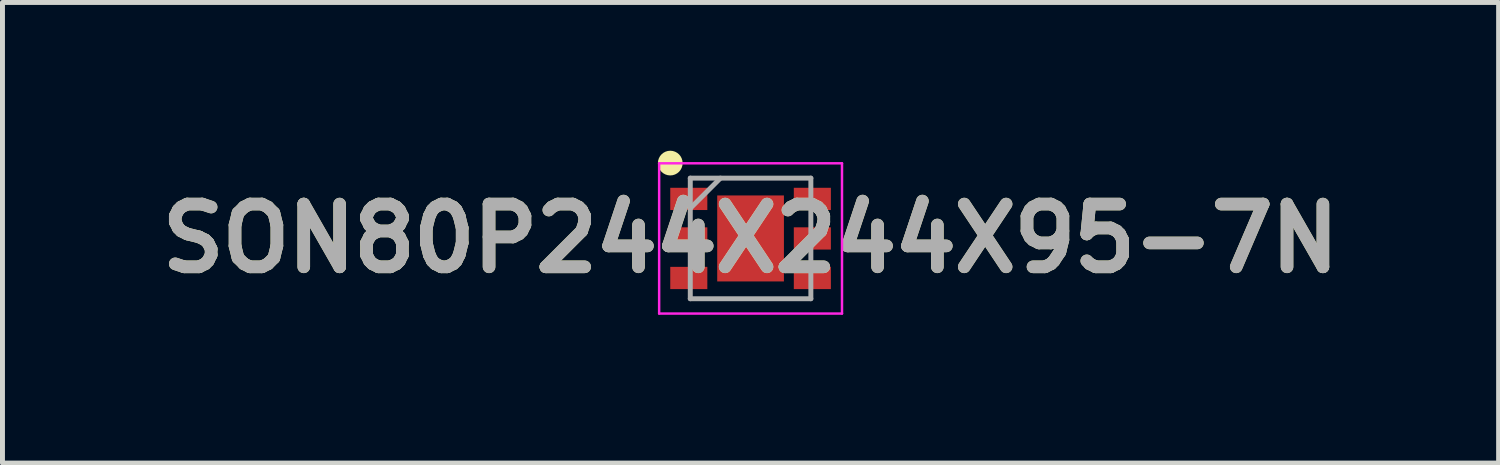
<source format=kicad_pcb>
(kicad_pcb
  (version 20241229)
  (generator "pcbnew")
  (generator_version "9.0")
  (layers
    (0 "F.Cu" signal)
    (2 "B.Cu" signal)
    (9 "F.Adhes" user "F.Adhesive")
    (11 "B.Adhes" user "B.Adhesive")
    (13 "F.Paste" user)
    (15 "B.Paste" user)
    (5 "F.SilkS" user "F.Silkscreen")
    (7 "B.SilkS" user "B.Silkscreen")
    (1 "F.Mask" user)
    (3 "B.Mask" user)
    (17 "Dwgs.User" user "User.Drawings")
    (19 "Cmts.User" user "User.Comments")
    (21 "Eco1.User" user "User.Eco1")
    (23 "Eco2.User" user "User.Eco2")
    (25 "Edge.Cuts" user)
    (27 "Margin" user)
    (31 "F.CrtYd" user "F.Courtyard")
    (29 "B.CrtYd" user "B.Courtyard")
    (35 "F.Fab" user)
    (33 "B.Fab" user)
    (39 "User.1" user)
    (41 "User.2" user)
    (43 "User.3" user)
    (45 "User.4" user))
  (footprint "SON80P244X244X95-7N"
    (layer "F.Cu")
    (at 12.138 1.775)
    (property "Reference" "SON80P244X244X95-7N" (at 0 0 0) (layer "F.SilkS") (effects (font (size 1.27 1.27) (thickness 0.254))))
    (attr smd)
    (fp_circle (center -1.625 -1.525) (end -1.625 -1.4) (stroke (width 0.25) (type solid)) (fill no) (layer "F.SilkS"))
    (fp_line (start -1.85 -1.52) (end 1.85 -1.52) (stroke (width 0.05) (type solid)) (layer "F.CrtYd"))
    (fp_line (start -1.85 1.52) (end -1.85 -1.52) (stroke (width 0.05) (type solid)) (layer "F.CrtYd"))
    (fp_line (start 1.85 -1.52) (end 1.85 1.52) (stroke (width 0.05) (type solid)) (layer "F.CrtYd"))
    (fp_line (start 1.85 1.52) (end -1.85 1.52) (stroke (width 0.05) (type solid)) (layer "F.CrtYd"))
    (fp_line (start -1.22 -1.22) (end 1.22 -1.22) (stroke (width 0.1) (type solid)) (layer "F.Fab"))
    (fp_line (start -1.22 -0.61) (end -0.61 -1.22) (stroke (width 0.1) (type solid)) (layer "F.Fab"))
    (fp_line (start -1.22 1.22) (end -1.22 -1.22) (stroke (width 0.1) (type solid)) (layer "F.Fab"))
    (fp_line (start 1.22 -1.22) (end 1.22 1.22) (stroke (width 0.1) (type solid)) (layer "F.Fab"))
    (fp_line (start 1.22 1.22) (end -1.22 1.22) (stroke (width 0.1) (type solid)) (layer "F.Fab"))
    (fp_text user "${REFERENCE}" (at 0 0 0) (layer "F.Fab") (effects (font (size 1.27 1.27) (thickness 0.254))))
    (pad "1" smd rect (at -1.25 -0.8 90) (size 0.45 0.75) (layers "F.Cu" "F.Mask" "F.Paste"))
    (pad "2" smd rect (at -1.25 0 90) (size 0.45 0.75) (layers "F.Cu" "F.Mask" "F.Paste"))
    (pad "3" smd rect (at -1.25 0.8 90) (size 0.45 0.75) (layers "F.Cu" "F.Mask" "F.Paste"))
    (pad "4" smd rect (at 1.25 0.8 90) (size 0.45 0.75) (layers "F.Cu" "F.Mask" "F.Paste"))
    (pad "5" smd rect (at 1.25 0 90) (size 0.45 0.75) (layers "F.Cu" "F.Mask" "F.Paste"))
    (pad "6" smd rect (at 1.25 -0.8 90) (size 0.45 0.75) (layers "F.Cu" "F.Mask" "F.Paste"))
    (pad "7" smd rect (at 0 0) (size 1.35 1.74) (layers "F.Cu" "F.Mask" "F.Paste")))
  (gr_rect
    (start -3 -3)
    (end 27.275 6.32)
    (stroke (width 0.1) (type default))
    (fill no)
    (layer "Edge.Cuts")))
</source>
